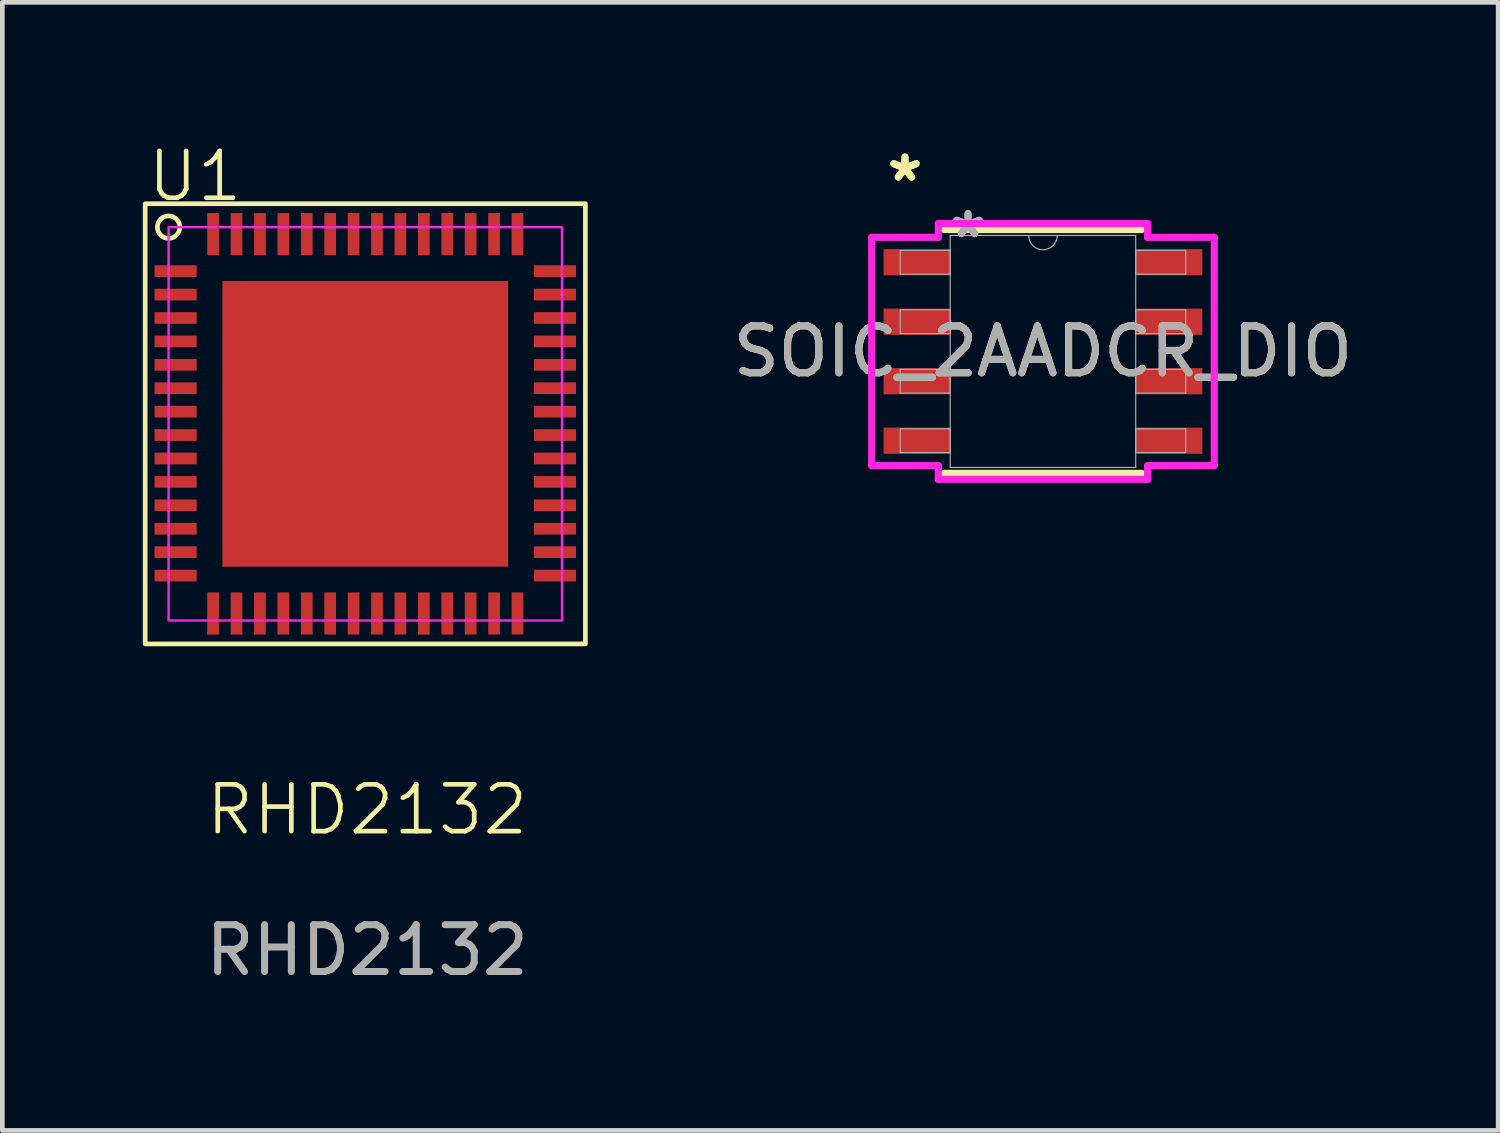
<source format=kicad_pcb>
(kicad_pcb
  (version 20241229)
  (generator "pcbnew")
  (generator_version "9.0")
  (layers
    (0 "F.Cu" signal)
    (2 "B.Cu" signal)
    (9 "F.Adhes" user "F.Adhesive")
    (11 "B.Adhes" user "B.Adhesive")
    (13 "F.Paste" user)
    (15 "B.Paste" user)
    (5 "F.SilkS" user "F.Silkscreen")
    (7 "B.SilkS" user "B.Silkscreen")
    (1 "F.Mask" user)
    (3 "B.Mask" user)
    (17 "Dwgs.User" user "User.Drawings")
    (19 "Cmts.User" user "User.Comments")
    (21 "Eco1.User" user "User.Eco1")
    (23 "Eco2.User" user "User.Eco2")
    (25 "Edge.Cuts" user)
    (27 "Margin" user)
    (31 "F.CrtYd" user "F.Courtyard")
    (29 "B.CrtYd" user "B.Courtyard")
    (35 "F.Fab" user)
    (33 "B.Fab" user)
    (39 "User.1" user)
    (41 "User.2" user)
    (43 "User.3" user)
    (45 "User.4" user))
  (footprint "SOIC_2AADCR_DIO"
    (layer "F.Cu")
    (at 19.22 4.455)
    (property "Reference" "SOIC_2AADCR_DIO" (at 0 0 0) (unlocked yes) (layer "F.SilkS") (effects (font (size 1 1) (thickness 0.15))))
    (attr smd)
    (fp_line (start -2.108 2.603) (end 2.108 2.603) (stroke (width 0.152) (type solid)) (layer "F.SilkS"))
    (fp_line (start 2.108 -2.603) (end -2.108 -2.603) (stroke (width 0.152) (type solid)) (layer "F.SilkS"))
    (fp_line (start -3.658 -2.438) (end -2.235 -2.438) (stroke (width 0.152) (type solid)) (layer "F.CrtYd"))
    (fp_line (start -3.658 2.438) (end -3.658 -2.438) (stroke (width 0.152) (type solid)) (layer "F.CrtYd"))
    (fp_line (start -3.658 2.438) (end -2.235 2.438) (stroke (width 0.152) (type solid)) (layer "F.CrtYd"))
    (fp_line (start -2.235 -2.731) (end 2.235 -2.731) (stroke (width 0.152) (type solid)) (layer "F.CrtYd"))
    (fp_line (start -2.235 -2.438) (end -2.235 -2.731) (stroke (width 0.152) (type solid)) (layer "F.CrtYd"))
    (fp_line (start -2.235 2.731) (end -2.235 2.438) (stroke (width 0.152) (type solid)) (layer "F.CrtYd"))
    (fp_line (start 2.235 -2.731) (end 2.235 -2.438) (stroke (width 0.152) (type solid)) (layer "F.CrtYd"))
    (fp_line (start 2.235 2.438) (end 2.235 2.731) (stroke (width 0.152) (type solid)) (layer "F.CrtYd"))
    (fp_line (start 2.235 2.731) (end -2.235 2.731) (stroke (width 0.152) (type solid)) (layer "F.CrtYd"))
    (fp_line (start 3.658 -2.438) (end 2.235 -2.438) (stroke (width 0.152) (type solid)) (layer "F.CrtYd"))
    (fp_line (start 3.658 -2.438) (end 3.658 2.438) (stroke (width 0.152) (type solid)) (layer "F.CrtYd"))
    (fp_line (start 3.658 2.438) (end 2.235 2.438) (stroke (width 0.152) (type solid)) (layer "F.CrtYd"))
    (fp_line (start -3.048 -2.159) (end -3.048 -1.651) (stroke (width 0.025) (type solid)) (layer "F.Fab"))
    (fp_line (start -3.048 -1.651) (end -1.981 -1.651) (stroke (width 0.025) (type solid)) (layer "F.Fab"))
    (fp_line (start -3.048 -0.889) (end -3.048 -0.381) (stroke (width 0.025) (type solid)) (layer "F.Fab"))
    (fp_line (start -3.048 -0.381) (end -1.981 -0.381) (stroke (width 0.025) (type solid)) (layer "F.Fab"))
    (fp_line (start -3.048 0.381) (end -3.048 0.889) (stroke (width 0.025) (type solid)) (layer "F.Fab"))
    (fp_line (start -3.048 0.889) (end -1.981 0.889) (stroke (width 0.025) (type solid)) (layer "F.Fab"))
    (fp_line (start -3.048 1.651) (end -3.048 2.159) (stroke (width 0.025) (type solid)) (layer "F.Fab"))
    (fp_line (start -3.048 2.159) (end -1.981 2.159) (stroke (width 0.025) (type solid)) (layer "F.Fab"))
    (fp_line (start -1.981 -2.477) (end -1.981 2.477) (stroke (width 0.025) (type solid)) (layer "F.Fab"))
    (fp_line (start -1.981 -2.159) (end -3.048 -2.159) (stroke (width 0.025) (type solid)) (layer "F.Fab"))
    (fp_line (start -1.981 -1.651) (end -1.981 -2.159) (stroke (width 0.025) (type solid)) (layer "F.Fab"))
    (fp_line (start -1.981 -0.889) (end -3.048 -0.889) (stroke (width 0.025) (type solid)) (layer "F.Fab"))
    (fp_line (start -1.981 -0.381) (end -1.981 -0.889) (stroke (width 0.025) (type solid)) (layer "F.Fab"))
    (fp_line (start -1.981 0.381) (end -3.048 0.381) (stroke (width 0.025) (type solid)) (layer "F.Fab"))
    (fp_line (start -1.981 0.889) (end -1.981 0.381) (stroke (width 0.025) (type solid)) (layer "F.Fab"))
    (fp_line (start -1.981 1.651) (end -3.048 1.651) (stroke (width 0.025) (type solid)) (layer "F.Fab"))
    (fp_line (start -1.981 2.159) (end -1.981 1.651) (stroke (width 0.025) (type solid)) (layer "F.Fab"))
    (fp_line (start -1.981 2.477) (end 1.981 2.477) (stroke (width 0.025) (type solid)) (layer "F.Fab"))
    (fp_line (start 1.981 -2.477) (end -1.981 -2.477) (stroke (width 0.025) (type solid)) (layer "F.Fab"))
    (fp_line (start 1.981 -2.159) (end 1.981 -1.651) (stroke (width 0.025) (type solid)) (layer "F.Fab"))
    (fp_line (start 1.981 -1.651) (end 3.048 -1.651) (stroke (width 0.025) (type solid)) (layer "F.Fab"))
    (fp_line (start 1.981 -0.889) (end 1.981 -0.381) (stroke (width 0.025) (type solid)) (layer "F.Fab"))
    (fp_line (start 1.981 -0.381) (end 3.048 -0.381) (stroke (width 0.025) (type solid)) (layer "F.Fab"))
    (fp_line (start 1.981 0.381) (end 1.981 0.889) (stroke (width 0.025) (type solid)) (layer "F.Fab"))
    (fp_line (start 1.981 0.889) (end 3.048 0.889) (stroke (width 0.025) (type solid)) (layer "F.Fab"))
    (fp_line (start 1.981 1.651) (end 1.981 2.159) (stroke (width 0.025) (type solid)) (layer "F.Fab"))
    (fp_line (start 1.981 2.159) (end 3.048 2.159) (stroke (width 0.025) (type solid)) (layer "F.Fab"))
    (fp_line (start 1.981 2.477) (end 1.981 -2.477) (stroke (width 0.025) (type solid)) (layer "F.Fab"))
    (fp_line (start 3.048 -2.159) (end 1.981 -2.159) (stroke (width 0.025) (type solid)) (layer "F.Fab"))
    (fp_line (start 3.048 -1.651) (end 3.048 -2.159) (stroke (width 0.025) (type solid)) (layer "F.Fab"))
    (fp_line (start 3.048 -0.889) (end 1.981 -0.889) (stroke (width 0.025) (type solid)) (layer "F.Fab"))
    (fp_line (start 3.048 -0.381) (end 3.048 -0.889) (stroke (width 0.025) (type solid)) (layer "F.Fab"))
    (fp_line (start 3.048 0.381) (end 1.981 0.381) (stroke (width 0.025) (type solid)) (layer "F.Fab"))
    (fp_line (start 3.048 0.889) (end 3.048 0.381) (stroke (width 0.025) (type solid)) (layer "F.Fab"))
    (fp_line (start 3.048 1.651) (end 1.981 1.651) (stroke (width 0.025) (type solid)) (layer "F.Fab"))
    (fp_line (start 3.048 2.159) (end 3.048 1.651) (stroke (width 0.025) (type solid)) (layer "F.Fab"))
    (fp_arc (start 0.3048 -2.4765) (mid 0 -2.1717) (end -0.3048 -2.4765) (stroke (width 0.0254) (type solid)) (layer "F.Fab"))
    (fp_text user "*" (at -2.946 -3.607 0) (unlocked yes) (layer "F.SilkS") (effects (font (size 1 1) (thickness 0.15))))
    (fp_text user "*" (at -2.946 -3.607 0) (layer "F.SilkS") (effects (font (size 1 1) (thickness 0.15))))
    (fp_text user "*" (at -1.6 -2.4 0) (layer "F.Fab") (effects (font (size 1 1) (thickness 0.15))))
    (fp_text user "${REFERENCE}" (at 0 0 0) (unlocked yes) (layer "F.Fab") (effects (font (size 1 1) (thickness 0.15))))
    (fp_text user "*" (at -1.6 -2.4 0) (unlocked yes) (layer "F.Fab") (effects (font (size 1 1) (thickness 0.15))))
    (pad "1" smd rect (at -2.692 -1.905) (size 1.422 0.559) (layers "F.Cu" "F.Mask" "F.Paste"))
    (pad "2" smd rect (at -2.692 -0.635) (size 1.422 0.559) (layers "F.Cu" "F.Mask" "F.Paste"))
    (pad "3" smd rect (at -2.692 0.635) (size 1.422 0.559) (layers "F.Cu" "F.Mask" "F.Paste"))
    (pad "4" smd rect (at -2.692 1.905) (size 1.422 0.559) (layers "F.Cu" "F.Mask" "F.Paste"))
    (pad "5" smd rect (at 2.692 1.905) (size 1.422 0.559) (layers "F.Cu" "F.Mask" "F.Paste"))
    (pad "6" smd rect (at 2.692 0.635) (size 1.422 0.559) (layers "F.Cu" "F.Mask" "F.Paste"))
    (pad "7" smd rect (at 2.692 -0.635) (size 1.422 0.559) (layers "F.Cu" "F.Mask" "F.Paste"))
    (pad "8" smd rect (at 2.692 -1.905) (size 1.422 0.559) (layers "F.Cu" "F.Mask" "F.Paste")))
  (footprint "RHD2132"
    (layer "F.Cu")
    (at 4.75 5.99)
    (property "Reference" "RHD2132" (at 0.04 8.25 0) (unlocked yes) (layer "F.SilkS") (effects (font (size 1 1) (thickness 0.1))))
    (attr smd)
    (fp_rect (start -4.7 -4.69) (end 4.7 4.71) (stroke (width 0.1) (type default)) (fill no) (layer "F.SilkS"))
    (fp_circle (center -4.2 -4.19) (end -3.96 -4.19) (stroke (width 0.1) (type default)) (fill no) (layer "F.SilkS"))
    (fp_rect (start -4.2 -4.19) (end 4.2 4.21) (stroke (width 0.05) (type default)) (fill no) (layer "F.CrtYd"))
    (fp_text user "U1" (at -4.7 -4.69 0) (unlocked yes) (layer "F.SilkS") (effects (font (size 1 1) (thickness 0.1)) (justify left bottom)))
    (fp_text user "${REFERENCE}" (at 0.04 11.25 0) (unlocked yes) (layer "F.Fab") (effects (font (size 1 1) (thickness 0.15))))
    (pad "1" smd rect (at -4.05 -3.25 90) (size 0.25 0.9) (layers "F.Cu" "F.Mask" "F.Paste"))
    (pad "1" smd rect (at 0 0.01) (size 6.1 6.1) (layers "F.Cu" "F.Mask" "F.Paste"))
    (pad "2" smd rect (at -4.05 -2.75 90) (size 0.25 0.9) (layers "F.Cu" "F.Mask" "F.Paste"))
    (pad "3" smd rect (at -4.05 -2.25 90) (size 0.25 0.9) (layers "F.Cu" "F.Mask" "F.Paste"))
    (pad "4" smd rect (at -4.05 -1.75 90) (size 0.25 0.9) (layers "F.Cu" "F.Mask" "F.Paste"))
    (pad "5" smd rect (at -4.05 -1.25 90) (size 0.25 0.9) (layers "F.Cu" "F.Mask" "F.Paste"))
    (pad "6" smd rect (at -4.05 -0.75 90) (size 0.25 0.9) (layers "F.Cu" "F.Mask" "F.Paste"))
    (pad "7" smd rect (at -4.05 -0.25 90) (size 0.25 0.9) (layers "F.Cu" "F.Mask" "F.Paste"))
    (pad "8" smd rect (at -4.05 0.25 90) (size 0.25 0.9) (layers "F.Cu" "F.Mask" "F.Paste"))
    (pad "9" smd rect (at -4.05 0.75 90) (size 0.25 0.9) (layers "F.Cu" "F.Mask" "F.Paste"))
    (pad "10" smd rect (at -4.05 1.25 90) (size 0.25 0.9) (layers "F.Cu" "F.Mask" "F.Paste"))
    (pad "11" smd rect (at -4.05 1.75 90) (size 0.25 0.9) (layers "F.Cu" "F.Mask" "F.Paste"))
    (pad "12" smd rect (at -4.05 2.25 90) (size 0.25 0.9) (layers "F.Cu" "F.Mask" "F.Paste"))
    (pad "13" smd rect (at -4.05 2.75 90) (size 0.25 0.9) (layers "F.Cu" "F.Mask" "F.Paste"))
    (pad "14" smd rect (at -4.05 3.25 90) (size 0.25 0.9) (layers "F.Cu" "F.Mask" "F.Paste"))
    (pad "15" smd rect (at -3.25 4.06) (size 0.25 0.9) (layers "F.Cu" "F.Mask" "F.Paste"))
    (pad "16" smd rect (at -2.75 4.06) (size 0.25 0.9) (layers "F.Cu" "F.Mask" "F.Paste"))
    (pad "17" smd rect (at -2.25 4.06) (size 0.25 0.9) (layers "F.Cu" "F.Mask" "F.Paste"))
    (pad "18" smd rect (at -1.75 4.06) (size 0.25 0.9) (layers "F.Cu" "F.Mask" "F.Paste"))
    (pad "19" smd rect (at -1.25 4.06) (size 0.25 0.9) (layers "F.Cu" "F.Mask" "F.Paste"))
    (pad "20" smd rect (at -0.75 4.06) (size 0.25 0.9) (layers "F.Cu" "F.Mask" "F.Paste"))
    (pad "21" smd rect (at -0.25 4.06) (size 0.25 0.9) (layers "F.Cu" "F.Mask" "F.Paste"))
    (pad "22" smd rect (at 0.25 4.06) (size 0.25 0.9) (layers "F.Cu" "F.Mask" "F.Paste"))
    (pad "23" smd rect (at 0.75 4.06) (size 0.25 0.9) (layers "F.Cu" "F.Mask" "F.Paste"))
    (pad "24" smd rect (at 1.25 4.06) (size 0.25 0.9) (layers "F.Cu" "F.Mask" "F.Paste"))
    (pad "25" smd rect (at 1.75 4.06) (size 0.25 0.9) (layers "F.Cu" "F.Mask" "F.Paste"))
    (pad "26" smd rect (at 2.25 4.06) (size 0.25 0.9) (layers "F.Cu" "F.Mask" "F.Paste"))
    (pad "27" smd rect (at 2.75 4.06) (size 0.25 0.9) (layers "F.Cu" "F.Mask" "F.Paste"))
    (pad "28" smd rect (at 3.25 4.06) (size 0.25 0.9) (layers "F.Cu" "F.Mask" "F.Paste"))
    (pad "29" smd rect (at 4.05 3.25 270) (size 0.25 0.9) (layers "F.Cu" "F.Mask" "F.Paste"))
    (pad "30" smd rect (at 4.05 2.75 270) (size 0.25 0.9) (layers "F.Cu" "F.Mask" "F.Paste"))
    (pad "31" smd rect (at 4.05 2.25 270) (size 0.25 0.9) (layers "F.Cu" "F.Mask" "F.Paste"))
    (pad "32" smd rect (at 4.05 1.75 270) (size 0.25 0.9) (layers "F.Cu" "F.Mask" "F.Paste"))
    (pad "33" smd rect (at 4.05 1.25 270) (size 0.25 0.9) (layers "F.Cu" "F.Mask" "F.Paste"))
    (pad "34" smd rect (at 4.05 0.75 270) (size 0.25 0.9) (layers "F.Cu" "F.Mask" "F.Paste"))
    (pad "35" smd rect (at 4.05 0.25 270) (size 0.25 0.9) (layers "F.Cu" "F.Mask" "F.Paste"))
    (pad "36" smd rect (at 4.05 -0.25 270) (size 0.25 0.9) (layers "F.Cu" "F.Mask" "F.Paste"))
    (pad "37" smd rect (at 4.05 -0.75 270) (size 0.25 0.9) (layers "F.Cu" "F.Mask" "F.Paste"))
    (pad "38" smd rect (at 4.05 -1.25 270) (size 0.25 0.9) (layers "F.Cu" "F.Mask" "F.Paste"))
    (pad "39" smd rect (at 4.05 -1.75 270) (size 0.25 0.9) (layers "F.Cu" "F.Mask" "F.Paste"))
    (pad "40" smd rect (at 4.05 -2.25 270) (size 0.25 0.9) (layers "F.Cu" "F.Mask" "F.Paste"))
    (pad "41" smd rect (at 4.05 -2.75 270) (size 0.25 0.9) (layers "F.Cu" "F.Mask" "F.Paste"))
    (pad "42" smd rect (at 4.05 -3.25 270) (size 0.25 0.9) (layers "F.Cu" "F.Mask" "F.Paste"))
    (pad "43" smd rect (at 3.25 -4.04 180) (size 0.25 0.9) (layers "F.Cu" "F.Mask" "F.Paste"))
    (pad "44" smd rect (at 2.75 -4.04 180) (size 0.25 0.9) (layers "F.Cu" "F.Mask" "F.Paste"))
    (pad "45" smd rect (at 2.25 -4.04 180) (size 0.25 0.9) (layers "F.Cu" "F.Mask" "F.Paste"))
    (pad "46" smd rect (at 1.75 -4.04 180) (size 0.25 0.9) (layers "F.Cu" "F.Mask" "F.Paste"))
    (pad "47" smd rect (at 1.25 -4.04 180) (size 0.25 0.9) (layers "F.Cu" "F.Mask" "F.Paste"))
    (pad "48" smd rect (at 0.75 -4.04 180) (size 0.25 0.9) (layers "F.Cu" "F.Mask" "F.Paste"))
    (pad "49" smd rect (at 0.25 -4.04 180) (size 0.25 0.9) (layers "F.Cu" "F.Mask" "F.Paste"))
    (pad "50" smd rect (at -0.25 -4.04 180) (size 0.25 0.9) (layers "F.Cu" "F.Mask" "F.Paste"))
    (pad "51" smd rect (at -0.75 -4.04 180) (size 0.25 0.9) (layers "F.Cu" "F.Mask" "F.Paste"))
    (pad "52" smd rect (at -1.25 -4.04 180) (size 0.25 0.9) (layers "F.Cu" "F.Mask" "F.Paste"))
    (pad "53" smd rect (at -1.75 -4.04 180) (size 0.25 0.9) (layers "F.Cu" "F.Mask" "F.Paste"))
    (pad "54" smd rect (at -2.25 -4.04 180) (size 0.25 0.9) (layers "F.Cu" "F.Mask" "F.Paste"))
    (pad "55" smd rect (at -2.75 -4.04 180) (size 0.25 0.9) (layers "F.Cu" "F.Mask" "F.Paste"))
    (pad "56" smd rect (at -3.25 -4.04 180) (size 0.25 0.9) (layers "F.Cu" "F.Mask" "F.Paste")))
  (gr_rect
    (start -3 -3)
    (end 28.94 21.088)
    (stroke (width 0.1) (type default))
    (fill no)
    (layer "Edge.Cuts")))
</source>
